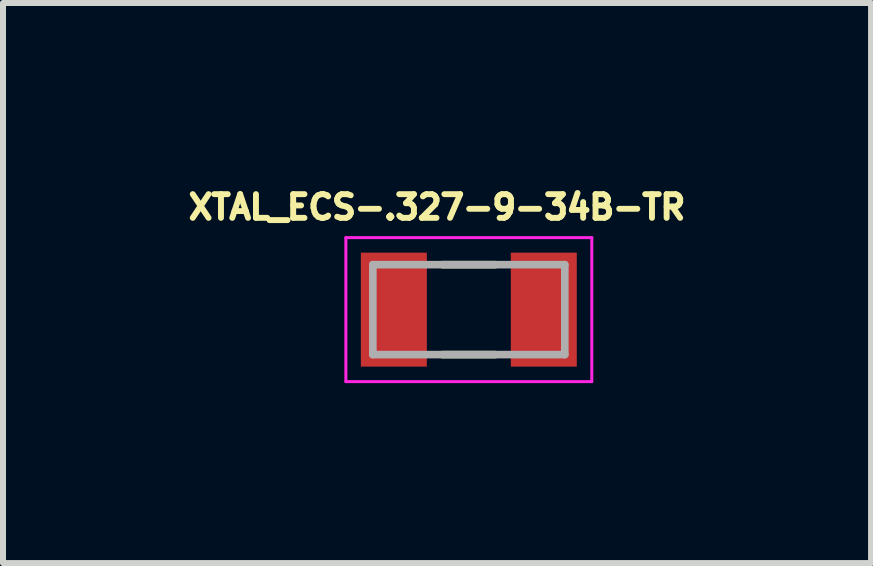
<source format=kicad_pcb>
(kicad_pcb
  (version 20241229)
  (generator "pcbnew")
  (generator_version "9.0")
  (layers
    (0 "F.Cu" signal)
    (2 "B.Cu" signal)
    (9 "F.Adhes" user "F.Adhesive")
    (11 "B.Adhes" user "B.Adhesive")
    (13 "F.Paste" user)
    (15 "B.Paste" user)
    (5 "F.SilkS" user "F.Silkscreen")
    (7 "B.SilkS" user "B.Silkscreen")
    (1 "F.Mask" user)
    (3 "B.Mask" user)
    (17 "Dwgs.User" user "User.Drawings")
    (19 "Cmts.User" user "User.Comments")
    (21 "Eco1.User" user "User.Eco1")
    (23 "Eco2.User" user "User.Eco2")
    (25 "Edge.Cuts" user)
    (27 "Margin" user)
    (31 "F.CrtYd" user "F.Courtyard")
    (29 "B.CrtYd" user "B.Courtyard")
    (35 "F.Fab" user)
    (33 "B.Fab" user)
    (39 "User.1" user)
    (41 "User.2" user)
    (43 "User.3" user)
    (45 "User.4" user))
  (footprint "XTAL_ECS-.327-9-34B-TR"
    (layer "F.Cu")
    (at 4.766 2.112)
    (property "Reference" "XTAL_ECS-.327-9-34B-TR" (at -0.53 -1.708 0) (layer "F.SilkS") (effects (font (size 0.395 0.395) (thickness 0.15))))
    (attr smd)
    (fp_line (start -0.44 -0.75) (end 0.44 -0.75) (stroke (width 0.127) (type solid)) (layer "F.SilkS"))
    (fp_line (start -0.44 0.75) (end 0.44 0.75) (stroke (width 0.127) (type solid)) (layer "F.SilkS"))
    (fp_line (start -2.05 -1.2) (end 2.05 -1.2) (stroke (width 0.05) (type solid)) (layer "F.CrtYd"))
    (fp_line (start -2.05 1.2) (end -2.05 -1.2) (stroke (width 0.05) (type solid)) (layer "F.CrtYd"))
    (fp_line (start 2.05 -1.2) (end 2.05 1.2) (stroke (width 0.05) (type solid)) (layer "F.CrtYd"))
    (fp_line (start 2.05 1.2) (end -2.05 1.2) (stroke (width 0.05) (type solid)) (layer "F.CrtYd"))
    (fp_line (start -1.6 -0.75) (end -1.6 0.75) (stroke (width 0.127) (type solid)) (layer "F.Fab"))
    (fp_line (start -1.6 0.75) (end 1.6 0.75) (stroke (width 0.127) (type solid)) (layer "F.Fab"))
    (fp_line (start 1.6 -0.75) (end -1.6 -0.75) (stroke (width 0.127) (type solid)) (layer "F.Fab"))
    (fp_line (start 1.6 0.75) (end 1.6 -0.75) (stroke (width 0.127) (type solid)) (layer "F.Fab"))
    (pad "1" smd rect (at -1.25 0) (size 1.1 1.9) (layers "F.Cu" "F.Mask" "F.Paste"))
    (pad "2" smd rect (at 1.25 0) (size 1.1 1.9) (layers "F.Cu" "F.Mask" "F.Paste")))
  (gr_rect
    (start -3 -3)
    (end 11.472 6.337)
    (stroke (width 0.1) (type default))
    (fill no)
    (layer "Edge.Cuts")))
</source>
